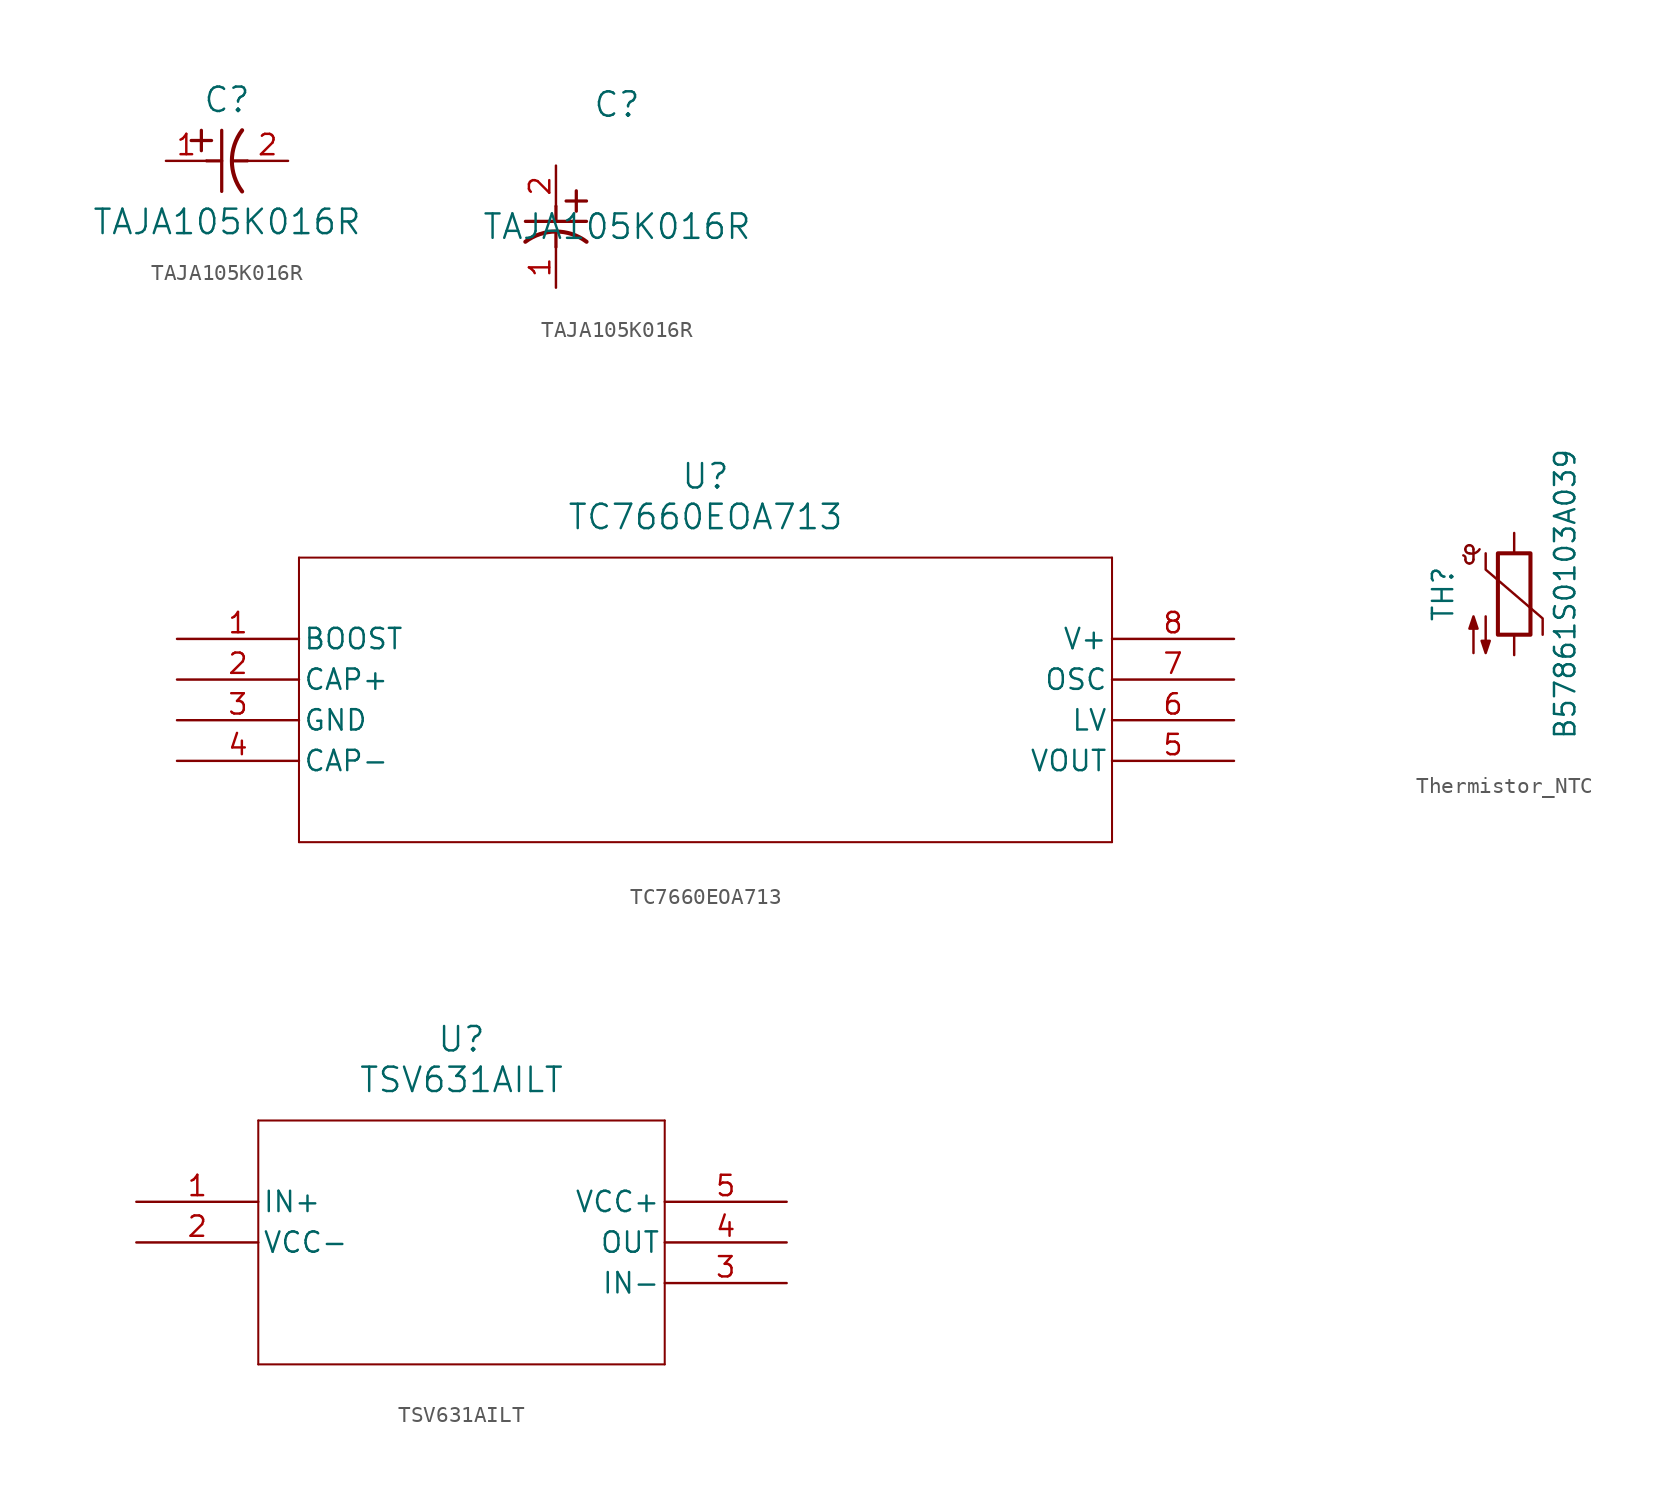
<source format=kicad_sym>
(kicad_symbol_lib
  (version 20231120)
  (generator "kicad_symbol_editor")
  (generator_version "8.0")
  (symbol "TAJA105K016R"
    (pin_names
      (offset 0.254))
    (property "Reference" "C"
      (at 3.81 3.81 0)
      (effects (font (size 1.524 1.524))))
    (property "Value" "TAJA105K016R"
      (at 3.81 -3.81 0)
      (effects (font (size 1.524 1.524))))
    (symbol "TAJA105K016R_1_1"
      (polyline (pts (xy 1.575 1.27) (xy 2.845 1.27)) (stroke (width 0.203) (type default)) (fill (type none)))
      (polyline (pts (xy 2.21 0.635) (xy 2.21 1.905)) (stroke (width 0.203) (type default)) (fill (type none)))
      (polyline (pts (xy 2.54 0) (xy 3.48 0)) (stroke (width 0.203) (type default)) (fill (type none)))
      (polyline (pts (xy 3.48 -1.905) (xy 3.48 1.905)) (stroke (width 0.203) (type default)) (fill (type none)))
      (polyline (pts (xy 4.115 0) (xy 5.08 0)) (stroke (width 0.203) (type default)) (fill (type none)))
      (arc (start 4.7541 1.9108) (mid 4.1148 0) (end 4.7541 -1.9108) (stroke (width 0.254) (type default)) (fill (type none)))
      (pin unspecified line (at 0 0 0) (length 2.54) (name "" (effects (font (size 1.27 1.27)))) (number "1" (effects (font (size 1.27 1.27)))))
      (pin unspecified line (at 7.62 0 180) (length 2.54) (name "" (effects (font (size 1.27 1.27)))) (number "2" (effects (font (size 1.27 1.27))))))
    (symbol "TAJA105K016R_1_2"
      (polyline (pts (xy -1.905 -3.48) (xy 1.905 -3.48)) (stroke (width 0.203) (type default)) (fill (type none)))
      (polyline (pts (xy 0 -4.115) (xy 0 -5.08)) (stroke (width 0.203) (type default)) (fill (type none)))
      (polyline (pts (xy 0 -2.54) (xy 0 -3.48)) (stroke (width 0.203) (type default)) (fill (type none)))
      (polyline (pts (xy 0.635 -2.21) (xy 1.905 -2.21)) (stroke (width 0.203) (type default)) (fill (type none)))
      (polyline (pts (xy 1.27 -1.575) (xy 1.27 -2.845)) (stroke (width 0.203) (type default)) (fill (type none)))
      (arc (start 1.9108 -4.7541) (mid 0 -4.1148) (end -1.9108 -4.7541) (stroke (width 0.254) (type default)) (fill (type none)))
      (pin unspecified line (at 0 -7.62 90) (length 2.54) (name "" (effects (font (size 1.27 1.27)))) (number "1" (effects (font (size 1.27 1.27)))))
      (pin unspecified line (at 0 0 270) (length 2.54) (name "" (effects (font (size 1.27 1.27)))) (number "2" (effects (font (size 1.27 1.27)))))))
  (symbol "TC7660EOA713"
    (pin_names
      (offset 0.254))
    (property "Reference" "U"
      (at 33.02 10.16 0)
      (effects (font (size 1.524 1.524))))
    (property "Value" "TC7660EOA713"
      (at 33.02 7.62 0)
      (effects (font (size 1.524 1.524))))
    (symbol "TC7660EOA713_0_1"
      (polyline (pts (xy 7.62 -12.7) (xy 58.42 -12.7)) (stroke (width 0.127) (type default)) (fill (type none)))
      (polyline (pts (xy 7.62 5.08) (xy 7.62 -12.7)) (stroke (width 0.127) (type default)) (fill (type none)))
      (polyline (pts (xy 58.42 -12.7) (xy 58.42 5.08)) (stroke (width 0.127) (type default)) (fill (type none)))
      (polyline (pts (xy 58.42 5.08) (xy 7.62 5.08)) (stroke (width 0.127) (type default)) (fill (type none)))
      (pin input line (at 0 0 0) (length 7.62) (name "BOOST" (effects (font (size 1.27 1.27)))) (number "1" (effects (font (size 1.27 1.27)))))
      (pin passive line (at 0 -2.54 0) (length 7.62) (name "CAP+" (effects (font (size 1.27 1.27)))) (number "2" (effects (font (size 1.27 1.27)))))
      (pin power_in line (at 0 -5.08 0) (length 7.62) (name "GND" (effects (font (size 1.27 1.27)))) (number "3" (effects (font (size 1.27 1.27)))))
      (pin passive line (at 0 -7.62 0) (length 7.62) (name "CAP-" (effects (font (size 1.27 1.27)))) (number "4" (effects (font (size 1.27 1.27)))))
      (pin power_out line (at 66.04 -7.62 180) (length 7.62) (name "VOUT" (effects (font (size 1.27 1.27)))) (number "5" (effects (font (size 1.27 1.27)))))
      (pin input line (at 66.04 -5.08 180) (length 7.62) (name "LV" (effects (font (size 1.27 1.27)))) (number "6" (effects (font (size 1.27 1.27)))))
      (pin passive line (at 66.04 -2.54 180) (length 7.62) (name "OSC" (effects (font (size 1.27 1.27)))) (number "7" (effects (font (size 1.27 1.27)))))
      (pin power_in line (at 66.04 0 180) (length 7.62) (name "V+" (effects (font (size 1.27 1.27)))) (number "8" (effects (font (size 1.27 1.27)))))))
  (symbol "Thermistor_NTC"
    (pin_numbers hide)
    (pin_names
      (offset 0))
    (property "Reference" "TH"
      (at -4.445 0 90)
      (effects (font (size 1.27 1.27))))
    (property "Value" "B57861S0103A039"
      (at 3.175 0 90)
      (effects (font (size 1.27 1.27))))
    (symbol "Thermistor_NTC_0_1"
      (arc (start -3.048 2.159) (mid -3.0495 2.3143) (end -3.175 2.413) (stroke (width 0) (type default)) (fill (type none)))
      (arc (start -3.048 2.159) (mid -2.9736 1.9794) (end -2.794 1.905) (stroke (width 0) (type default)) (fill (type none)))
      (arc (start -3.048 2.794) (mid -2.9736 2.6144) (end -2.794 2.54) (stroke (width 0) (type default)) (fill (type none)))
      (arc (start -2.794 1.905) (mid -2.6144 1.9794) (end -2.54 2.159) (stroke (width 0) (type default)) (fill (type none)))
      (arc (start -2.794 2.54) (mid -2.4393 2.5587) (end -2.159 2.794) (stroke (width 0) (type default)) (fill (type none)))
      (arc (start -2.794 3.048) (mid -2.9736 2.9736) (end -3.048 2.794) (stroke (width 0) (type default)) (fill (type none)))
      (arc (start -2.54 2.794) (mid -2.6144 2.9736) (end -2.794 3.048) (stroke (width 0) (type default)) (fill (type none)))
      (rectangle (start -1.016 2.54) (end 1.016 -2.54) (stroke (width 0.254) (type default)) (fill (type none)))
      (polyline (pts (xy -2.54 2.159) (xy -2.54 2.794)) (stroke (width 0) (type default)) (fill (type none)))
      (polyline (pts (xy -1.778 2.54) (xy -1.778 1.524) (xy 1.778 -1.524) (xy 1.778 -2.54)) (stroke (width 0) (type default)) (fill (type none)))
      (polyline (pts (xy -2.54 -3.683) (xy -2.54 -1.397) (xy -2.794 -2.159) (xy -2.286 -2.159) (xy -2.54 -1.397) (xy -2.54 -1.651)) (stroke (width 0) (type default)) (fill (type outline)))
      (polyline (pts (xy -1.778 -1.397) (xy -1.778 -3.683) (xy -2.032 -2.921) (xy -1.524 -2.921) (xy -1.778 -3.683) (xy -1.778 -3.429)) (stroke (width 0) (type default)) (fill (type outline))))
    (symbol "Thermistor_NTC_1_1"
      (pin passive line (at 0 3.81 270) (length 1.27) (name "~" (effects (font (size 1.27 1.27)))) (number "1" (effects (font (size 1.27 1.27)))))
      (pin passive line (at 0 -3.81 90) (length 1.27) (name "~" (effects (font (size 1.27 1.27)))) (number "2" (effects (font (size 1.27 1.27)))))))
  (symbol "TSV631AILT"
    (pin_names
      (offset 0.254))
    (property "Reference" "U"
      (at 20.32 10.16 0)
      (effects (font (size 1.524 1.524))))
    (property "Value" "TSV631AILT"
      (at 20.32 7.62 0)
      (effects (font (size 1.524 1.524))))
    (symbol "TSV631AILT_0_1"
      (polyline (pts (xy 7.62 -10.16) (xy 33.02 -10.16)) (stroke (width 0.127) (type default)) (fill (type none)))
      (polyline (pts (xy 7.62 5.08) (xy 7.62 -10.16)) (stroke (width 0.127) (type default)) (fill (type none)))
      (polyline (pts (xy 33.02 -10.16) (xy 33.02 5.08)) (stroke (width 0.127) (type default)) (fill (type none)))
      (polyline (pts (xy 33.02 5.08) (xy 7.62 5.08)) (stroke (width 0.127) (type default)) (fill (type none)))
      (pin input line (at 0 0 0) (length 7.62) (name "IN+" (effects (font (size 1.27 1.27)))) (number "1" (effects (font (size 1.27 1.27)))))
      (pin power_in line (at 0 -2.54 0) (length 7.62) (name "VCC-" (effects (font (size 1.27 1.27)))) (number "2" (effects (font (size 1.27 1.27)))))
      (pin input line (at 40.64 -5.08 180) (length 7.62) (name "IN-" (effects (font (size 1.27 1.27)))) (number "3" (effects (font (size 1.27 1.27)))))
      (pin output line (at 40.64 -2.54 180) (length 7.62) (name "OUT" (effects (font (size 1.27 1.27)))) (number "4" (effects (font (size 1.27 1.27)))))
      (pin power_in line (at 40.64 0 180) (length 7.62) (name "VCC+" (effects (font (size 1.27 1.27)))) (number "5" (effects (font (size 1.27 1.27))))))))
</source>
